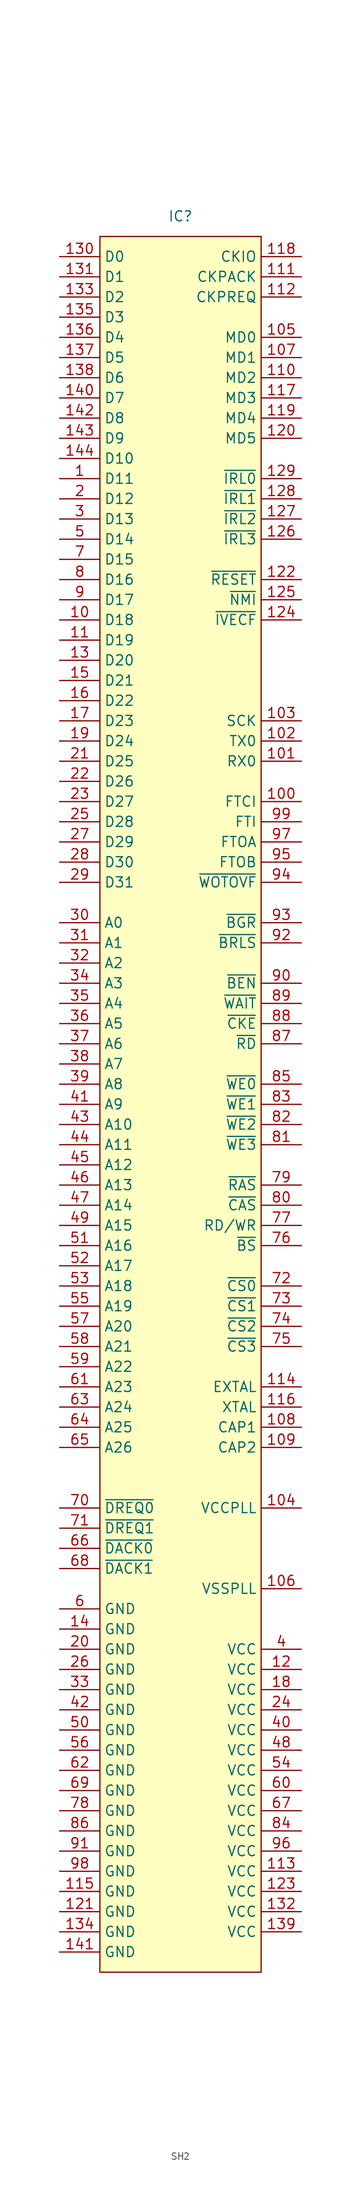
<source format=kicad_sym>
(kicad_symbol_lib
  (version 20220914)
  (generator kicad_symbol_editor)
  (symbol "SH2"
    (property "Reference" "IC"
      (at 0 2.54 0)
      (effects (font (size 1.27 1.27))))
    (property "Value" ""
      (at 0 -35.56 0)
      (effects (font (size 1.27 1.27))))
    (symbol "SH2_1_1"
      (rectangle (start -10.16 0) (end 10.16 -218.44) (stroke (width 0) (type default)) (fill (type background)))
      (pin passive line (at -15.24 -30.48 0) (length 5.08) (name "D11" (effects (font (size 1.27 1.27)))) (number "1" (effects (font (size 1.27 1.27)))))
      (pin passive line (at -15.24 -48.26 0) (length 5.08) (name "D18" (effects (font (size 1.27 1.27)))) (number "10" (effects (font (size 1.27 1.27)))))
      (pin passive line (at 15.24 -71.12 180) (length 5.08) (name "FTCI" (effects (font (size 1.27 1.27)))) (number "100" (effects (font (size 1.27 1.27)))))
      (pin passive line (at 15.24 -66.04 180) (length 5.08) (name "RX0" (effects (font (size 1.27 1.27)))) (number "101" (effects (font (size 1.27 1.27)))))
      (pin passive line (at 15.24 -63.5 180) (length 5.08) (name "TX0" (effects (font (size 1.27 1.27)))) (number "102" (effects (font (size 1.27 1.27)))))
      (pin passive line (at 15.24 -60.96 180) (length 5.08) (name "SCK" (effects (font (size 1.27 1.27)))) (number "103" (effects (font (size 1.27 1.27)))))
      (pin passive line (at 15.24 -160.02 180) (length 5.08) (name "VCCPLL" (effects (font (size 1.27 1.27)))) (number "104" (effects (font (size 1.27 1.27)))))
      (pin passive line (at 15.24 -12.7 180) (length 5.08) (name "MD0" (effects (font (size 1.27 1.27)))) (number "105" (effects (font (size 1.27 1.27)))))
      (pin passive line (at 15.24 -170.18 180) (length 5.08) (name "VSSPLL" (effects (font (size 1.27 1.27)))) (number "106" (effects (font (size 1.27 1.27)))))
      (pin passive line (at 15.24 -15.24 180) (length 5.08) (name "MD1" (effects (font (size 1.27 1.27)))) (number "107" (effects (font (size 1.27 1.27)))))
      (pin passive line (at 15.24 -149.86 180) (length 5.08) (name "CAP1" (effects (font (size 1.27 1.27)))) (number "108" (effects (font (size 1.27 1.27)))))
      (pin passive line (at 15.24 -152.4 180) (length 5.08) (name "CAP2" (effects (font (size 1.27 1.27)))) (number "109" (effects (font (size 1.27 1.27)))))
      (pin passive line (at -15.24 -50.8 0) (length 5.08) (name "D19" (effects (font (size 1.27 1.27)))) (number "11" (effects (font (size 1.27 1.27)))))
      (pin passive line (at 15.24 -17.78 180) (length 5.08) (name "MD2" (effects (font (size 1.27 1.27)))) (number "110" (effects (font (size 1.27 1.27)))))
      (pin passive line (at 15.24 -5.08 180) (length 5.08) (name "CKPACK" (effects (font (size 1.27 1.27)))) (number "111" (effects (font (size 1.27 1.27)))))
      (pin passive line (at 15.24 -7.62 180) (length 5.08) (name "CKPREQ" (effects (font (size 1.27 1.27)))) (number "112" (effects (font (size 1.27 1.27)))))
      (pin passive line (at 15.24 -205.74 180) (length 5.08) (name "VCC" (effects (font (size 1.27 1.27)))) (number "113" (effects (font (size 1.27 1.27)))))
      (pin passive line (at 15.24 -144.78 180) (length 5.08) (name "EXTAL" (effects (font (size 1.27 1.27)))) (number "114" (effects (font (size 1.27 1.27)))))
      (pin passive line (at -15.24 -208.28 0) (length 5.08) (name "GND" (effects (font (size 1.27 1.27)))) (number "115" (effects (font (size 1.27 1.27)))))
      (pin passive line (at 15.24 -147.32 180) (length 5.08) (name "XTAL" (effects (font (size 1.27 1.27)))) (number "116" (effects (font (size 1.27 1.27)))))
      (pin passive line (at 15.24 -20.32 180) (length 5.08) (name "MD3" (effects (font (size 1.27 1.27)))) (number "117" (effects (font (size 1.27 1.27)))))
      (pin passive line (at 15.24 -2.54 180) (length 5.08) (name "CKIO" (effects (font (size 1.27 1.27)))) (number "118" (effects (font (size 1.27 1.27)))))
      (pin passive line (at 15.24 -22.86 180) (length 5.08) (name "MD4" (effects (font (size 1.27 1.27)))) (number "119" (effects (font (size 1.27 1.27)))))
      (pin passive line (at 15.24 -180.34 180) (length 5.08) (name "VCC" (effects (font (size 1.27 1.27)))) (number "12" (effects (font (size 1.27 1.27)))))
      (pin passive line (at 15.24 -25.4 180) (length 5.08) (name "MD5" (effects (font (size 1.27 1.27)))) (number "120" (effects (font (size 1.27 1.27)))))
      (pin passive line (at -15.24 -210.82 0) (length 5.08) (name "GND" (effects (font (size 1.27 1.27)))) (number "121" (effects (font (size 1.27 1.27)))))
      (pin passive line (at 15.24 -43.18 180) (length 5.08) (name "~{RESET}" (effects (font (size 1.27 1.27)))) (number "122" (effects (font (size 1.27 1.27)))))
      (pin passive line (at 15.24 -208.28 180) (length 5.08) (name "VCC" (effects (font (size 1.27 1.27)))) (number "123" (effects (font (size 1.27 1.27)))))
      (pin passive line (at 15.24 -48.26 180) (length 5.08) (name "~{IVECF}" (effects (font (size 1.27 1.27)))) (number "124" (effects (font (size 1.27 1.27)))))
      (pin passive line (at 15.24 -45.72 180) (length 5.08) (name "~{NMI}" (effects (font (size 1.27 1.27)))) (number "125" (effects (font (size 1.27 1.27)))))
      (pin passive line (at 15.24 -38.1 180) (length 5.08) (name "~{IRL3}" (effects (font (size 1.27 1.27)))) (number "126" (effects (font (size 1.27 1.27)))))
      (pin passive line (at 15.24 -35.56 180) (length 5.08) (name "~{IRL2}" (effects (font (size 1.27 1.27)))) (number "127" (effects (font (size 1.27 1.27)))))
      (pin passive line (at 15.24 -33.02 180) (length 5.08) (name "~{IRL1}" (effects (font (size 1.27 1.27)))) (number "128" (effects (font (size 1.27 1.27)))))
      (pin passive line (at 15.24 -30.48 180) (length 5.08) (name "~{IRL0}" (effects (font (size 1.27 1.27)))) (number "129" (effects (font (size 1.27 1.27)))))
      (pin passive line (at -15.24 -53.34 0) (length 5.08) (name "D20" (effects (font (size 1.27 1.27)))) (number "13" (effects (font (size 1.27 1.27)))))
      (pin passive line (at -15.24 -2.54 0) (length 5.08) (name "D0" (effects (font (size 1.27 1.27)))) (number "130" (effects (font (size 1.27 1.27)))))
      (pin passive line (at -15.24 -5.08 0) (length 5.08) (name "D1" (effects (font (size 1.27 1.27)))) (number "131" (effects (font (size 1.27 1.27)))))
      (pin passive line (at 15.24 -210.82 180) (length 5.08) (name "VCC" (effects (font (size 1.27 1.27)))) (number "132" (effects (font (size 1.27 1.27)))))
      (pin passive line (at -15.24 -7.62 0) (length 5.08) (name "D2" (effects (font (size 1.27 1.27)))) (number "133" (effects (font (size 1.27 1.27)))))
      (pin passive line (at -15.24 -213.36 0) (length 5.08) (name "GND" (effects (font (size 1.27 1.27)))) (number "134" (effects (font (size 1.27 1.27)))))
      (pin passive line (at -15.24 -10.16 0) (length 5.08) (name "D3" (effects (font (size 1.27 1.27)))) (number "135" (effects (font (size 1.27 1.27)))))
      (pin passive line (at -15.24 -12.7 0) (length 5.08) (name "D4" (effects (font (size 1.27 1.27)))) (number "136" (effects (font (size 1.27 1.27)))))
      (pin passive line (at -15.24 -15.24 0) (length 5.08) (name "D5" (effects (font (size 1.27 1.27)))) (number "137" (effects (font (size 1.27 1.27)))))
      (pin passive line (at -15.24 -17.78 0) (length 5.08) (name "D6" (effects (font (size 1.27 1.27)))) (number "138" (effects (font (size 1.27 1.27)))))
      (pin passive line (at 15.24 -213.36 180) (length 5.08) (name "VCC" (effects (font (size 1.27 1.27)))) (number "139" (effects (font (size 1.27 1.27)))))
      (pin passive line (at -15.24 -175.26 0) (length 5.08) (name "GND" (effects (font (size 1.27 1.27)))) (number "14" (effects (font (size 1.27 1.27)))))
      (pin passive line (at -15.24 -20.32 0) (length 5.08) (name "D7" (effects (font (size 1.27 1.27)))) (number "140" (effects (font (size 1.27 1.27)))))
      (pin passive line (at -15.24 -215.9 0) (length 5.08) (name "GND" (effects (font (size 1.27 1.27)))) (number "141" (effects (font (size 1.27 1.27)))))
      (pin passive line (at -15.24 -22.86 0) (length 5.08) (name "D8" (effects (font (size 1.27 1.27)))) (number "142" (effects (font (size 1.27 1.27)))))
      (pin passive line (at -15.24 -25.4 0) (length 5.08) (name "D9" (effects (font (size 1.27 1.27)))) (number "143" (effects (font (size 1.27 1.27)))))
      (pin passive line (at -15.24 -27.94 0) (length 5.08) (name "D10" (effects (font (size 1.27 1.27)))) (number "144" (effects (font (size 1.27 1.27)))))
      (pin passive line (at -15.24 -55.88 0) (length 5.08) (name "D21" (effects (font (size 1.27 1.27)))) (number "15" (effects (font (size 1.27 1.27)))))
      (pin passive line (at -15.24 -58.42 0) (length 5.08) (name "D22" (effects (font (size 1.27 1.27)))) (number "16" (effects (font (size 1.27 1.27)))))
      (pin passive line (at -15.24 -60.96 0) (length 5.08) (name "D23" (effects (font (size 1.27 1.27)))) (number "17" (effects (font (size 1.27 1.27)))))
      (pin passive line (at 15.24 -182.88 180) (length 5.08) (name "VCC" (effects (font (size 1.27 1.27)))) (number "18" (effects (font (size 1.27 1.27)))))
      (pin passive line (at -15.24 -63.5 0) (length 5.08) (name "D24" (effects (font (size 1.27 1.27)))) (number "19" (effects (font (size 1.27 1.27)))))
      (pin passive line (at -15.24 -33.02 0) (length 5.08) (name "D12" (effects (font (size 1.27 1.27)))) (number "2" (effects (font (size 1.27 1.27)))))
      (pin passive line (at -15.24 -177.8 0) (length 5.08) (name "GND" (effects (font (size 1.27 1.27)))) (number "20" (effects (font (size 1.27 1.27)))))
      (pin passive line (at -15.24 -66.04 0) (length 5.08) (name "D25" (effects (font (size 1.27 1.27)))) (number "21" (effects (font (size 1.27 1.27)))))
      (pin passive line (at -15.24 -68.58 0) (length 5.08) (name "D26" (effects (font (size 1.27 1.27)))) (number "22" (effects (font (size 1.27 1.27)))))
      (pin passive line (at -15.24 -71.12 0) (length 5.08) (name "D27" (effects (font (size 1.27 1.27)))) (number "23" (effects (font (size 1.27 1.27)))))
      (pin passive line (at 15.24 -185.42 180) (length 5.08) (name "VCC" (effects (font (size 1.27 1.27)))) (number "24" (effects (font (size 1.27 1.27)))))
      (pin passive line (at -15.24 -73.66 0) (length 5.08) (name "D28" (effects (font (size 1.27 1.27)))) (number "25" (effects (font (size 1.27 1.27)))))
      (pin passive line (at -15.24 -180.34 0) (length 5.08) (name "GND" (effects (font (size 1.27 1.27)))) (number "26" (effects (font (size 1.27 1.27)))))
      (pin passive line (at -15.24 -76.2 0) (length 5.08) (name "D29" (effects (font (size 1.27 1.27)))) (number "27" (effects (font (size 1.27 1.27)))))
      (pin passive line (at -15.24 -78.74 0) (length 5.08) (name "D30" (effects (font (size 1.27 1.27)))) (number "28" (effects (font (size 1.27 1.27)))))
      (pin passive line (at -15.24 -81.28 0) (length 5.08) (name "D31" (effects (font (size 1.27 1.27)))) (number "29" (effects (font (size 1.27 1.27)))))
      (pin passive line (at -15.24 -35.56 0) (length 5.08) (name "D13" (effects (font (size 1.27 1.27)))) (number "3" (effects (font (size 1.27 1.27)))))
      (pin passive line (at -15.24 -86.36 0) (length 5.08) (name "A0" (effects (font (size 1.27 1.27)))) (number "30" (effects (font (size 1.27 1.27)))))
      (pin passive line (at -15.24 -88.9 0) (length 5.08) (name "A1" (effects (font (size 1.27 1.27)))) (number "31" (effects (font (size 1.27 1.27)))))
      (pin passive line (at -15.24 -91.44 0) (length 5.08) (name "A2" (effects (font (size 1.27 1.27)))) (number "32" (effects (font (size 1.27 1.27)))))
      (pin passive line (at -15.24 -182.88 0) (length 5.08) (name "GND" (effects (font (size 1.27 1.27)))) (number "33" (effects (font (size 1.27 1.27)))))
      (pin passive line (at -15.24 -93.98 0) (length 5.08) (name "A3" (effects (font (size 1.27 1.27)))) (number "34" (effects (font (size 1.27 1.27)))))
      (pin passive line (at -15.24 -96.52 0) (length 5.08) (name "A4" (effects (font (size 1.27 1.27)))) (number "35" (effects (font (size 1.27 1.27)))))
      (pin passive line (at -15.24 -99.06 0) (length 5.08) (name "A5" (effects (font (size 1.27 1.27)))) (number "36" (effects (font (size 1.27 1.27)))))
      (pin passive line (at -15.24 -101.6 0) (length 5.08) (name "A6" (effects (font (size 1.27 1.27)))) (number "37" (effects (font (size 1.27 1.27)))))
      (pin passive line (at -15.24 -104.14 0) (length 5.08) (name "A7" (effects (font (size 1.27 1.27)))) (number "38" (effects (font (size 1.27 1.27)))))
      (pin passive line (at -15.24 -106.68 0) (length 5.08) (name "A8" (effects (font (size 1.27 1.27)))) (number "39" (effects (font (size 1.27 1.27)))))
      (pin passive line (at 15.24 -177.8 180) (length 5.08) (name "VCC" (effects (font (size 1.27 1.27)))) (number "4" (effects (font (size 1.27 1.27)))))
      (pin passive line (at 15.24 -187.96 180) (length 5.08) (name "VCC" (effects (font (size 1.27 1.27)))) (number "40" (effects (font (size 1.27 1.27)))))
      (pin passive line (at -15.24 -109.22 0) (length 5.08) (name "A9" (effects (font (size 1.27 1.27)))) (number "41" (effects (font (size 1.27 1.27)))))
      (pin passive line (at -15.24 -185.42 0) (length 5.08) (name "GND" (effects (font (size 1.27 1.27)))) (number "42" (effects (font (size 1.27 1.27)))))
      (pin passive line (at -15.24 -111.76 0) (length 5.08) (name "A10" (effects (font (size 1.27 1.27)))) (number "43" (effects (font (size 1.27 1.27)))))
      (pin passive line (at -15.24 -114.3 0) (length 5.08) (name "A11" (effects (font (size 1.27 1.27)))) (number "44" (effects (font (size 1.27 1.27)))))
      (pin passive line (at -15.24 -116.84 0) (length 5.08) (name "A12" (effects (font (size 1.27 1.27)))) (number "45" (effects (font (size 1.27 1.27)))))
      (pin passive line (at -15.24 -119.38 0) (length 5.08) (name "A13" (effects (font (size 1.27 1.27)))) (number "46" (effects (font (size 1.27 1.27)))))
      (pin passive line (at -15.24 -121.92 0) (length 5.08) (name "A14" (effects (font (size 1.27 1.27)))) (number "47" (effects (font (size 1.27 1.27)))))
      (pin passive line (at 15.24 -190.5 180) (length 5.08) (name "VCC" (effects (font (size 1.27 1.27)))) (number "48" (effects (font (size 1.27 1.27)))))
      (pin passive line (at -15.24 -124.46 0) (length 5.08) (name "A15" (effects (font (size 1.27 1.27)))) (number "49" (effects (font (size 1.27 1.27)))))
      (pin passive line (at -15.24 -38.1 0) (length 5.08) (name "D14" (effects (font (size 1.27 1.27)))) (number "5" (effects (font (size 1.27 1.27)))))
      (pin passive line (at -15.24 -187.96 0) (length 5.08) (name "GND" (effects (font (size 1.27 1.27)))) (number "50" (effects (font (size 1.27 1.27)))))
      (pin passive line (at -15.24 -127 0) (length 5.08) (name "A16" (effects (font (size 1.27 1.27)))) (number "51" (effects (font (size 1.27 1.27)))))
      (pin passive line (at -15.24 -129.54 0) (length 5.08) (name "A17" (effects (font (size 1.27 1.27)))) (number "52" (effects (font (size 1.27 1.27)))))
      (pin passive line (at -15.24 -132.08 0) (length 5.08) (name "A18" (effects (font (size 1.27 1.27)))) (number "53" (effects (font (size 1.27 1.27)))))
      (pin passive line (at 15.24 -193.04 180) (length 5.08) (name "VCC" (effects (font (size 1.27 1.27)))) (number "54" (effects (font (size 1.27 1.27)))))
      (pin passive line (at -15.24 -134.62 0) (length 5.08) (name "A19" (effects (font (size 1.27 1.27)))) (number "55" (effects (font (size 1.27 1.27)))))
      (pin passive line (at -15.24 -190.5 0) (length 5.08) (name "GND" (effects (font (size 1.27 1.27)))) (number "56" (effects (font (size 1.27 1.27)))))
      (pin passive line (at -15.24 -137.16 0) (length 5.08) (name "A20" (effects (font (size 1.27 1.27)))) (number "57" (effects (font (size 1.27 1.27)))))
      (pin passive line (at -15.24 -139.7 0) (length 5.08) (name "A21" (effects (font (size 1.27 1.27)))) (number "58" (effects (font (size 1.27 1.27)))))
      (pin passive line (at -15.24 -142.24 0) (length 5.08) (name "A22" (effects (font (size 1.27 1.27)))) (number "59" (effects (font (size 1.27 1.27)))))
      (pin passive line (at -15.24 -172.72 0) (length 5.08) (name "GND" (effects (font (size 1.27 1.27)))) (number "6" (effects (font (size 1.27 1.27)))))
      (pin passive line (at 15.24 -195.58 180) (length 5.08) (name "VCC" (effects (font (size 1.27 1.27)))) (number "60" (effects (font (size 1.27 1.27)))))
      (pin passive line (at -15.24 -144.78 0) (length 5.08) (name "A23" (effects (font (size 1.27 1.27)))) (number "61" (effects (font (size 1.27 1.27)))))
      (pin passive line (at -15.24 -193.04 0) (length 5.08) (name "GND" (effects (font (size 1.27 1.27)))) (number "62" (effects (font (size 1.27 1.27)))))
      (pin passive line (at -15.24 -147.32 0) (length 5.08) (name "A24" (effects (font (size 1.27 1.27)))) (number "63" (effects (font (size 1.27 1.27)))))
      (pin passive line (at -15.24 -149.86 0) (length 5.08) (name "A25" (effects (font (size 1.27 1.27)))) (number "64" (effects (font (size 1.27 1.27)))))
      (pin passive line (at -15.24 -152.4 0) (length 5.08) (name "A26" (effects (font (size 1.27 1.27)))) (number "65" (effects (font (size 1.27 1.27)))))
      (pin passive line (at -15.24 -165.1 0) (length 5.08) (name "~{DACK0}" (effects (font (size 1.27 1.27)))) (number "66" (effects (font (size 1.27 1.27)))))
      (pin passive line (at 15.24 -198.12 180) (length 5.08) (name "VCC" (effects (font (size 1.27 1.27)))) (number "67" (effects (font (size 1.27 1.27)))))
      (pin passive line (at -15.24 -167.64 0) (length 5.08) (name "~{DACK1}" (effects (font (size 1.27 1.27)))) (number "68" (effects (font (size 1.27 1.27)))))
      (pin passive line (at -15.24 -195.58 0) (length 5.08) (name "GND" (effects (font (size 1.27 1.27)))) (number "69" (effects (font (size 1.27 1.27)))))
      (pin passive line (at -15.24 -40.64 0) (length 5.08) (name "D15" (effects (font (size 1.27 1.27)))) (number "7" (effects (font (size 1.27 1.27)))))
      (pin passive line (at -15.24 -160.02 0) (length 5.08) (name "~{DREQ0}" (effects (font (size 1.27 1.27)))) (number "70" (effects (font (size 1.27 1.27)))))
      (pin passive line (at -15.24 -162.56 0) (length 5.08) (name "~{DREQ1}" (effects (font (size 1.27 1.27)))) (number "71" (effects (font (size 1.27 1.27)))))
      (pin passive line (at 15.24 -132.08 180) (length 5.08) (name "~{CS0}" (effects (font (size 1.27 1.27)))) (number "72" (effects (font (size 1.27 1.27)))))
      (pin passive line (at 15.24 -134.62 180) (length 5.08) (name "~{CS1}" (effects (font (size 1.27 1.27)))) (number "73" (effects (font (size 1.27 1.27)))))
      (pin passive line (at 15.24 -137.16 180) (length 5.08) (name "~{CS2}" (effects (font (size 1.27 1.27)))) (number "74" (effects (font (size 1.27 1.27)))))
      (pin passive line (at 15.24 -139.7 180) (length 5.08) (name "~{CS3}" (effects (font (size 1.27 1.27)))) (number "75" (effects (font (size 1.27 1.27)))))
      (pin passive line (at 15.24 -127 180) (length 5.08) (name "~{BS}" (effects (font (size 1.27 1.27)))) (number "76" (effects (font (size 1.27 1.27)))))
      (pin passive line (at 15.24 -124.46 180) (length 5.08) (name "RD/WR" (effects (font (size 1.27 1.27)))) (number "77" (effects (font (size 1.27 1.27)))))
      (pin passive line (at -15.24 -198.12 0) (length 5.08) (name "GND" (effects (font (size 1.27 1.27)))) (number "78" (effects (font (size 1.27 1.27)))))
      (pin passive line (at 15.24 -119.38 180) (length 5.08) (name "~{RAS}" (effects (font (size 1.27 1.27)))) (number "79" (effects (font (size 1.27 1.27)))))
      (pin passive line (at -15.24 -43.18 0) (length 5.08) (name "D16" (effects (font (size 1.27 1.27)))) (number "8" (effects (font (size 1.27 1.27)))))
      (pin passive line (at 15.24 -121.92 180) (length 5.08) (name "~{CAS}" (effects (font (size 1.27 1.27)))) (number "80" (effects (font (size 1.27 1.27)))))
      (pin passive line (at 15.24 -114.3 180) (length 5.08) (name "~{WE3}" (effects (font (size 1.27 1.27)))) (number "81" (effects (font (size 1.27 1.27)))))
      (pin passive line (at 15.24 -111.76 180) (length 5.08) (name "~{WE2}" (effects (font (size 1.27 1.27)))) (number "82" (effects (font (size 1.27 1.27)))))
      (pin passive line (at 15.24 -109.22 180) (length 5.08) (name "~{WE1}" (effects (font (size 1.27 1.27)))) (number "83" (effects (font (size 1.27 1.27)))))
      (pin passive line (at 15.24 -200.66 180) (length 5.08) (name "VCC" (effects (font (size 1.27 1.27)))) (number "84" (effects (font (size 1.27 1.27)))))
      (pin passive line (at 15.24 -106.68 180) (length 5.08) (name "~{WE0}" (effects (font (size 1.27 1.27)))) (number "85" (effects (font (size 1.27 1.27)))))
      (pin passive line (at -15.24 -200.66 0) (length 5.08) (name "GND" (effects (font (size 1.27 1.27)))) (number "86" (effects (font (size 1.27 1.27)))))
      (pin passive line (at 15.24 -101.6 180) (length 5.08) (name "~{RD}" (effects (font (size 1.27 1.27)))) (number "87" (effects (font (size 1.27 1.27)))))
      (pin passive line (at 15.24 -99.06 180) (length 5.08) (name "~{CKE}" (effects (font (size 1.27 1.27)))) (number "88" (effects (font (size 1.27 1.27)))))
      (pin passive line (at 15.24 -96.52 180) (length 5.08) (name "~{WAIT}" (effects (font (size 1.27 1.27)))) (number "89" (effects (font (size 1.27 1.27)))))
      (pin passive line (at -15.24 -45.72 0) (length 5.08) (name "D17" (effects (font (size 1.27 1.27)))) (number "9" (effects (font (size 1.27 1.27)))))
      (pin passive line (at 15.24 -93.98 180) (length 5.08) (name "~{BEN}" (effects (font (size 1.27 1.27)))) (number "90" (effects (font (size 1.27 1.27)))))
      (pin passive line (at -15.24 -203.2 0) (length 5.08) (name "GND" (effects (font (size 1.27 1.27)))) (number "91" (effects (font (size 1.27 1.27)))))
      (pin passive line (at 15.24 -88.9 180) (length 5.08) (name "~{BRLS}" (effects (font (size 1.27 1.27)))) (number "92" (effects (font (size 1.27 1.27)))))
      (pin passive line (at 15.24 -86.36 180) (length 5.08) (name "~{BGR}" (effects (font (size 1.27 1.27)))) (number "93" (effects (font (size 1.27 1.27)))))
      (pin passive line (at 15.24 -81.28 180) (length 5.08) (name "~{WOTOVF}" (effects (font (size 1.27 1.27)))) (number "94" (effects (font (size 1.27 1.27)))))
      (pin passive line (at 15.24 -78.74 180) (length 5.08) (name "FTOB" (effects (font (size 1.27 1.27)))) (number "95" (effects (font (size 1.27 1.27)))))
      (pin passive line (at 15.24 -203.2 180) (length 5.08) (name "VCC" (effects (font (size 1.27 1.27)))) (number "96" (effects (font (size 1.27 1.27)))))
      (pin passive line (at 15.24 -76.2 180) (length 5.08) (name "FTOA" (effects (font (size 1.27 1.27)))) (number "97" (effects (font (size 1.27 1.27)))))
      (pin passive line (at -15.24 -205.74 0) (length 5.08) (name "GND" (effects (font (size 1.27 1.27)))) (number "98" (effects (font (size 1.27 1.27)))))
      (pin passive line (at 15.24 -73.66 180) (length 5.08) (name "FTI" (effects (font (size 1.27 1.27)))) (number "99" (effects (font (size 1.27 1.27))))))))
</source>
